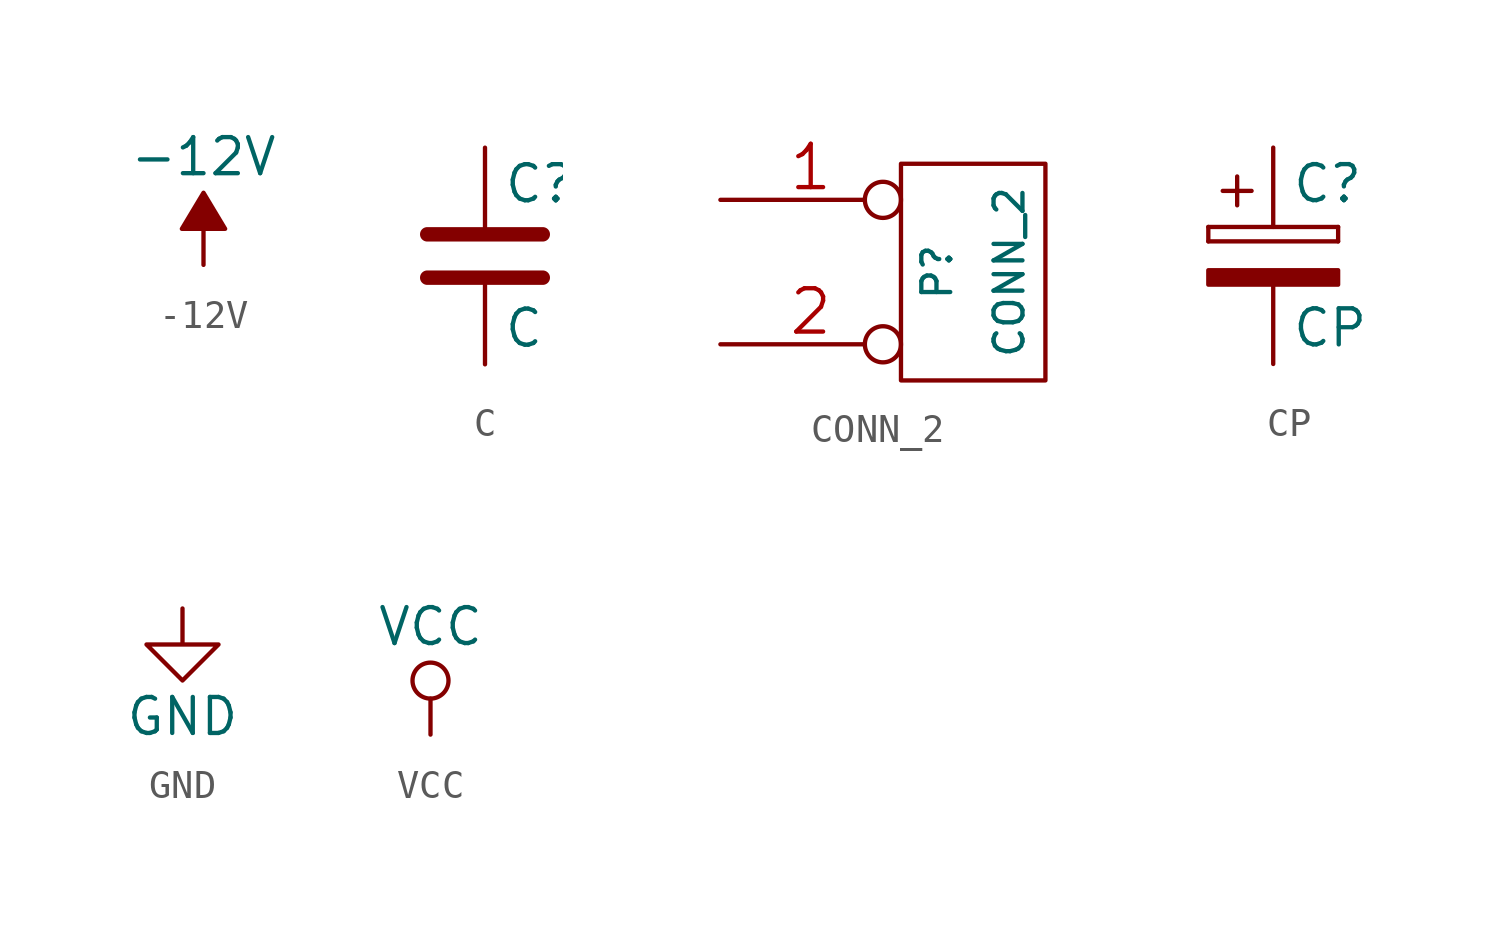
<source format=kicad_sym>
(kicad_symbol_lib
  (version 20201005)
  (generator kicad_symbol_editor)
  (symbol "carte_test_schlib:-12V"
    (pin_names
      (offset 0))
    (property "Reference" "#PWR"
      (at 0 2.54 0)
      (effects (font (size 1.27 1.27)) hide))
    (property "Value" "-12V"
      (at 0 3.81 0)
      (effects (font (size 1.27 1.27))))
    (symbol "-12V_0_1"
      (polyline (pts (xy 0 0) (xy 0 1.27) (xy 0.762 1.27) (xy 0 2.54) (xy -0.762 1.27) (xy 0 1.27)) (stroke (width 0)) (fill (type outline))))
    (symbol "-12V_0_0"
      (pin power_in line (at 0 0 90) (length 0) hide (name "-12V" (effects (font (size 1.27 1.27)))) (number "1" (effects (font (size 1.27 1.27)))))))
  (symbol "carte_test_schlib:C"
    (pin_numbers hide)
    (pin_names
      (offset 0.254))
    (property "Reference" "C"
      (at 0.635 2.54 0)
      (effects (font (size 1.27 1.27)) (justify left)))
    (property "Value" "C"
      (at 0.635 -2.54 0)
      (effects (font (size 1.27 1.27)) (justify left)))
    (symbol "C_0_1"
      (polyline (pts (xy -2.032 -0.762) (xy 2.032 -0.762)) (stroke (width 0.508)) (fill (type none)))
      (polyline (pts (xy -2.032 0.762) (xy 2.032 0.762)) (stroke (width 0.508)) (fill (type none))))
    (symbol "C_1_1"
      (pin passive line (at 0 3.81 270) (length 2.794) (name "~" (effects (font (size 1.27 1.27)))) (number "1" (effects (font (size 1.27 1.27)))))
      (pin passive line (at 0 -3.81 90) (length 2.794) (name "~" (effects (font (size 1.27 1.27)))) (number "2" (effects (font (size 1.27 1.27)))))))
  (symbol "carte_test_schlib:CONN_2"
    (pin_names
      (offset 1.016) hide)
    (property "Reference" "P"
      (at -1.27 0 90)
      (effects (font (size 1.016 1.016))))
    (property "Value" "CONN_2"
      (at 1.27 0 90)
      (effects (font (size 1.016 1.016))))
    (property "Footprint" ""
      (at 0 0 0)
      (effects (font (size 1.524 1.524))))
    (property "Datasheet" ""
      (at 0 0 0)
      (effects (font (size 1.524 1.524))))
    (symbol "CONN_2_0_1"
      (rectangle (start -2.54 3.81) (end 2.54 -3.81) (stroke (width 0)) (fill (type none))))
    (symbol "CONN_2_1_1"
      (pin passive inverted (at -8.89 2.54 0) (length 6.35) (name "P1" (effects (font (size 1.524 1.524)))) (number "1" (effects (font (size 1.524 1.524)))))
      (pin passive inverted (at -8.89 -2.54 0) (length 6.35) (name "PM" (effects (font (size 1.524 1.524)))) (number "2" (effects (font (size 1.524 1.524)))))))
  (symbol "carte_test_schlib:CP"
    (pin_numbers hide)
    (pin_names
      (offset 0.254))
    (property "Reference" "C"
      (at 0.635 2.54 0)
      (effects (font (size 1.27 1.27)) (justify left)))
    (property "Value" "CP"
      (at 0.635 -2.54 0)
      (effects (font (size 1.27 1.27)) (justify left)))
    (symbol "CP_0_1"
      (rectangle (start -2.286 0.508) (end -2.286 1.016) (stroke (width 0)) (fill (type none)))
      (rectangle (start -2.286 0.508) (end 2.286 0.508) (stroke (width 0)) (fill (type none)))
      (rectangle (start 2.286 -0.508) (end -2.286 -1.016) (stroke (width 0)) (fill (type outline)))
      (rectangle (start 2.286 1.016) (end -2.286 1.016) (stroke (width 0)) (fill (type none)))
      (rectangle (start 2.286 1.016) (end 2.286 0.508) (stroke (width 0)) (fill (type none)))
      (polyline (pts (xy -1.778 2.286) (xy -0.762 2.286)) (stroke (width 0)) (fill (type none)))
      (polyline (pts (xy -1.27 2.794) (xy -1.27 1.778)) (stroke (width 0)) (fill (type none))))
    (symbol "CP_1_1"
      (pin passive line (at 0 3.81 270) (length 2.794) (name "~" (effects (font (size 1.27 1.27)))) (number "1" (effects (font (size 1.27 1.27)))))
      (pin passive line (at 0 -3.81 90) (length 2.794) (name "~" (effects (font (size 1.27 1.27)))) (number "2" (effects (font (size 1.27 1.27)))))))
  (symbol "carte_test_schlib:GND"
    (power)
    (pin_names
      (offset 0))
    (property "Reference" "#PWR"
      (at 0 -6.35 0)
      (effects (font (size 1.27 1.27)) hide))
    (property "Value" "GND"
      (at 0 -3.81 0)
      (effects (font (size 1.27 1.27))))
    (symbol "GND_0_1"
      (polyline (pts (xy 0 0) (xy 0 -1.27) (xy 1.27 -1.27) (xy 0 -2.54) (xy -1.27 -1.27) (xy 0 -1.27)) (stroke (width 0)) (fill (type none))))
    (symbol "GND_1_1"
      (pin power_in line (at 0 0 270) (length 0) hide (name "GND" (effects (font (size 1.27 1.27)))) (number "1" (effects (font (size 1.27 1.27)))))))
  (symbol "carte_test_schlib:VCC"
    (power)
    (pin_names
      (offset 0))
    (property "Reference" "#PWR"
      (at 0 -3.81 0)
      (effects (font (size 1.27 1.27)) hide))
    (property "Value" "VCC"
      (at 0 3.81 0)
      (effects (font (size 1.27 1.27))))
    (symbol "VCC_0_1"
      (circle (center 0 1.905) (radius 0.635) (stroke (width 0)) (fill (type none)))
      (polyline (pts (xy 0 0) (xy 0 1.27)) (stroke (width 0)) (fill (type none))))
    (symbol "VCC_1_1"
      (pin power_in line (at 0 0 90) (length 0) hide (name "VCC" (effects (font (size 1.27 1.27)))) (number "1" (effects (font (size 1.27 1.27))))))))
</source>
